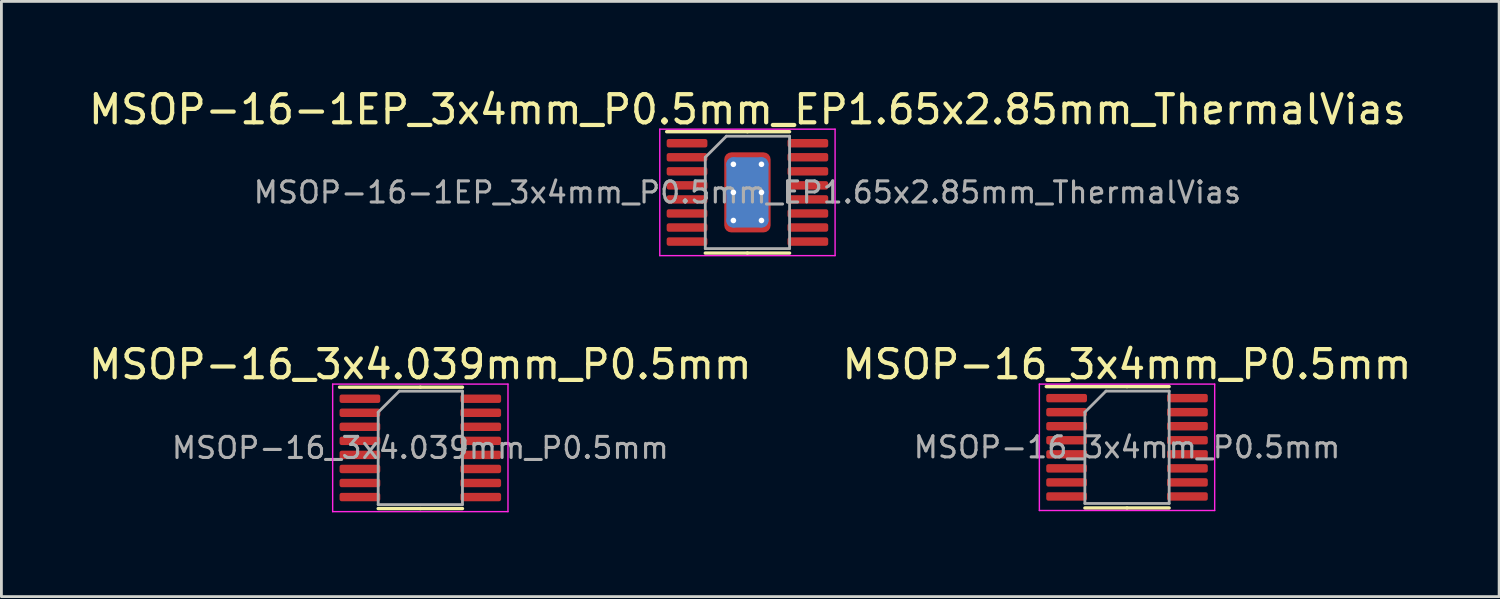
<source format=kicad_pcb>
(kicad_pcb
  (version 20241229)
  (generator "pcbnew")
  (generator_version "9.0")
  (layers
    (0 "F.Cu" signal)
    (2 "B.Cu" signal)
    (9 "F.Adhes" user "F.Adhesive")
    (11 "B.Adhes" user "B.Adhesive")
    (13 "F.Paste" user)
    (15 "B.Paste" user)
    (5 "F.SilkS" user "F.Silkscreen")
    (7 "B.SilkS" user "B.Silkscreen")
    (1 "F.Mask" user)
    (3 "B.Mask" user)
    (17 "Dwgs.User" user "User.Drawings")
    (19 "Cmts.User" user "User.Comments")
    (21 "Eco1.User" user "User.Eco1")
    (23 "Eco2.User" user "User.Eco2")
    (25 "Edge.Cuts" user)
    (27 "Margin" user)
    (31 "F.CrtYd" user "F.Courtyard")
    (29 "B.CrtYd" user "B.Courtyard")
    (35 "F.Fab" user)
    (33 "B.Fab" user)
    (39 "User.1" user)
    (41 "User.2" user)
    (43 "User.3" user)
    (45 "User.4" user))
  (footprint "MSOP-16_3x4mm_P0.5mm"
    (layer "F.Cu")
    (at 37.065 12.871)
    (property "Reference" "MSOP-16_3x4mm_P0.5mm" (at 0 -2.95 0) (layer "F.SilkS") (effects (font (size 1 1) (thickness 0.15))))
    (attr smd)
    (fp_line (start 0 -2.16) (end -2.875 -2.16) (stroke (width 0.12) (type solid)) (layer "F.SilkS"))
    (fp_line (start 0 -2.16) (end 1.5 -2.16) (stroke (width 0.12) (type solid)) (layer "F.SilkS"))
    (fp_line (start 0 2.16) (end -1.5 2.16) (stroke (width 0.12) (type solid)) (layer "F.SilkS"))
    (fp_line (start 0 2.16) (end 1.5 2.16) (stroke (width 0.12) (type solid)) (layer "F.SilkS"))
    (fp_line (start -3.12 -2.25) (end -3.12 2.25) (stroke (width 0.05) (type solid)) (layer "F.CrtYd"))
    (fp_line (start -3.12 2.25) (end 3.12 2.25) (stroke (width 0.05) (type solid)) (layer "F.CrtYd"))
    (fp_line (start 3.12 -2.25) (end -3.12 -2.25) (stroke (width 0.05) (type solid)) (layer "F.CrtYd"))
    (fp_line (start 3.12 2.25) (end 3.12 -2.25) (stroke (width 0.05) (type solid)) (layer "F.CrtYd"))
    (fp_line (start -1.5 -1.25) (end -0.75 -2) (stroke (width 0.1) (type solid)) (layer "F.Fab"))
    (fp_line (start -1.5 2) (end -1.5 -1.25) (stroke (width 0.1) (type solid)) (layer "F.Fab"))
    (fp_line (start -0.75 -2) (end 1.5 -2) (stroke (width 0.1) (type solid)) (layer "F.Fab"))
    (fp_line (start 1.5 -2) (end 1.5 2) (stroke (width 0.1) (type solid)) (layer "F.Fab"))
    (fp_line (start 1.5 2) (end -1.5 2) (stroke (width 0.1) (type solid)) (layer "F.Fab"))
    (fp_text user "${REFERENCE}" (at 0 0 0) (layer "F.Fab") (effects (font (size 0.75 0.75) (thickness 0.11))))
    (pad "1" smd roundrect (at -2.15 -1.75) (size 1.45 0.3) (layers "F.Cu" "F.Mask" "F.Paste") (roundrect_rratio 0.25))
    (pad "2" smd roundrect (at -2.15 -1.25) (size 1.45 0.3) (layers "F.Cu" "F.Mask" "F.Paste") (roundrect_rratio 0.25))
    (pad "3" smd roundrect (at -2.15 -0.75) (size 1.45 0.3) (layers "F.Cu" "F.Mask" "F.Paste") (roundrect_rratio 0.25))
    (pad "4" smd roundrect (at -2.15 -0.25) (size 1.45 0.3) (layers "F.Cu" "F.Mask" "F.Paste") (roundrect_rratio 0.25))
    (pad "5" smd roundrect (at -2.15 0.25) (size 1.45 0.3) (layers "F.Cu" "F.Mask" "F.Paste") (roundrect_rratio 0.25))
    (pad "6" smd roundrect (at -2.15 0.75) (size 1.45 0.3) (layers "F.Cu" "F.Mask" "F.Paste") (roundrect_rratio 0.25))
    (pad "7" smd roundrect (at -2.15 1.25) (size 1.45 0.3) (layers "F.Cu" "F.Mask" "F.Paste") (roundrect_rratio 0.25))
    (pad "8" smd roundrect (at -2.15 1.75) (size 1.45 0.3) (layers "F.Cu" "F.Mask" "F.Paste") (roundrect_rratio 0.25))
    (pad "9" smd roundrect (at 2.15 1.75) (size 1.45 0.3) (layers "F.Cu" "F.Mask" "F.Paste") (roundrect_rratio 0.25))
    (pad "10" smd roundrect (at 2.15 1.25) (size 1.45 0.3) (layers "F.Cu" "F.Mask" "F.Paste") (roundrect_rratio 0.25))
    (pad "11" smd roundrect (at 2.15 0.75) (size 1.45 0.3) (layers "F.Cu" "F.Mask" "F.Paste") (roundrect_rratio 0.25))
    (pad "12" smd roundrect (at 2.15 0.25) (size 1.45 0.3) (layers "F.Cu" "F.Mask" "F.Paste") (roundrect_rratio 0.25))
    (pad "13" smd roundrect (at 2.15 -0.25) (size 1.45 0.3) (layers "F.Cu" "F.Mask" "F.Paste") (roundrect_rratio 0.25))
    (pad "14" smd roundrect (at 2.15 -0.75) (size 1.45 0.3) (layers "F.Cu" "F.Mask" "F.Paste") (roundrect_rratio 0.25))
    (pad "15" smd roundrect (at 2.15 -1.25) (size 1.45 0.3) (layers "F.Cu" "F.Mask" "F.Paste") (roundrect_rratio 0.25))
    (pad "16" smd roundrect (at 2.15 -1.75) (size 1.45 0.3) (layers "F.Cu" "F.Mask" "F.Paste") (roundrect_rratio 0.25)))
  (footprint "MSOP-16_3x4.039mm_P0.5mm"
    (layer "F.Cu")
    (at 11.911 12.892)
    (property "Reference" "MSOP-16_3x4.039mm_P0.5mm" (at 0 -2.97 0) (layer "F.SilkS") (effects (font (size 1 1) (thickness 0.15))))
    (attr smd)
    (fp_line (start 0 -2.16) (end -2.875 -2.16) (stroke (width 0.12) (type solid)) (layer "F.SilkS"))
    (fp_line (start 0 -2.16) (end 1.5 -2.16) (stroke (width 0.12) (type solid)) (layer "F.SilkS"))
    (fp_line (start 0 2.16) (end -1.5 2.16) (stroke (width 0.12) (type solid)) (layer "F.SilkS"))
    (fp_line (start 0 2.16) (end 1.5 2.16) (stroke (width 0.12) (type solid)) (layer "F.SilkS"))
    (fp_line (start -3.12 -2.27) (end -3.12 2.27) (stroke (width 0.05) (type solid)) (layer "F.CrtYd"))
    (fp_line (start -3.12 2.27) (end 3.12 2.27) (stroke (width 0.05) (type solid)) (layer "F.CrtYd"))
    (fp_line (start 3.12 -2.27) (end -3.12 -2.27) (stroke (width 0.05) (type solid)) (layer "F.CrtYd"))
    (fp_line (start 3.12 2.27) (end 3.12 -2.27) (stroke (width 0.05) (type solid)) (layer "F.CrtYd"))
    (fp_line (start -1.5 -1.27) (end -0.75 -2.019) (stroke (width 0.1) (type solid)) (layer "F.Fab"))
    (fp_line (start -1.5 2.019) (end -1.5 -1.27) (stroke (width 0.1) (type solid)) (layer "F.Fab"))
    (fp_line (start -0.75 -2.019) (end 1.5 -2.019) (stroke (width 0.1) (type solid)) (layer "F.Fab"))
    (fp_line (start 1.5 -2.019) (end 1.5 2.019) (stroke (width 0.1) (type solid)) (layer "F.Fab"))
    (fp_line (start 1.5 2.019) (end -1.5 2.019) (stroke (width 0.1) (type solid)) (layer "F.Fab"))
    (fp_text user "${REFERENCE}" (at 0 0 0) (layer "F.Fab") (effects (font (size 0.75 0.75) (thickness 0.11))))
    (pad "1" smd roundrect (at -2.15 -1.75) (size 1.45 0.3) (layers "F.Cu" "F.Mask" "F.Paste") (roundrect_rratio 0.25))
    (pad "2" smd roundrect (at -2.15 -1.25) (size 1.45 0.3) (layers "F.Cu" "F.Mask" "F.Paste") (roundrect_rratio 0.25))
    (pad "3" smd roundrect (at -2.15 -0.75) (size 1.45 0.3) (layers "F.Cu" "F.Mask" "F.Paste") (roundrect_rratio 0.25))
    (pad "4" smd roundrect (at -2.15 -0.25) (size 1.45 0.3) (layers "F.Cu" "F.Mask" "F.Paste") (roundrect_rratio 0.25))
    (pad "5" smd roundrect (at -2.15 0.25) (size 1.45 0.3) (layers "F.Cu" "F.Mask" "F.Paste") (roundrect_rratio 0.25))
    (pad "6" smd roundrect (at -2.15 0.75) (size 1.45 0.3) (layers "F.Cu" "F.Mask" "F.Paste") (roundrect_rratio 0.25))
    (pad "7" smd roundrect (at -2.15 1.25) (size 1.45 0.3) (layers "F.Cu" "F.Mask" "F.Paste") (roundrect_rratio 0.25))
    (pad "8" smd roundrect (at -2.15 1.75) (size 1.45 0.3) (layers "F.Cu" "F.Mask" "F.Paste") (roundrect_rratio 0.25))
    (pad "9" smd roundrect (at 2.15 1.75) (size 1.45 0.3) (layers "F.Cu" "F.Mask" "F.Paste") (roundrect_rratio 0.25))
    (pad "10" smd roundrect (at 2.15 1.25) (size 1.45 0.3) (layers "F.Cu" "F.Mask" "F.Paste") (roundrect_rratio 0.25))
    (pad "11" smd roundrect (at 2.15 0.75) (size 1.45 0.3) (layers "F.Cu" "F.Mask" "F.Paste") (roundrect_rratio 0.25))
    (pad "12" smd roundrect (at 2.15 0.25) (size 1.45 0.3) (layers "F.Cu" "F.Mask" "F.Paste") (roundrect_rratio 0.25))
    (pad "13" smd roundrect (at 2.15 -0.25) (size 1.45 0.3) (layers "F.Cu" "F.Mask" "F.Paste") (roundrect_rratio 0.25))
    (pad "14" smd roundrect (at 2.15 -0.75) (size 1.45 0.3) (layers "F.Cu" "F.Mask" "F.Paste") (roundrect_rratio 0.25))
    (pad "15" smd roundrect (at 2.15 -1.25) (size 1.45 0.3) (layers "F.Cu" "F.Mask" "F.Paste") (roundrect_rratio 0.25))
    (pad "16" smd roundrect (at 2.15 -1.75) (size 1.45 0.3) (layers "F.Cu" "F.Mask" "F.Paste") (roundrect_rratio 0.25)))
  (footprint "MSOP-16-1EP_3x4mm_P0.5mm_EP1.65x2.85mm_ThermalVias"
    (layer "F.Cu")
    (at 23.554 3.798)
    (property "Reference" "MSOP-16-1EP_3x4mm_P0.5mm_EP1.65x2.85mm_ThermalVias" (at 0 -2.95 0) (layer "F.SilkS") (effects (font (size 1 1) (thickness 0.15))))
    (attr smd)
    (fp_line (start 0 -2.16) (end -2.875 -2.16) (stroke (width 0.12) (type solid)) (layer "F.SilkS"))
    (fp_line (start 0 -2.16) (end 1.5 -2.16) (stroke (width 0.12) (type solid)) (layer "F.SilkS"))
    (fp_line (start 0 2.16) (end -1.5 2.16) (stroke (width 0.12) (type solid)) (layer "F.SilkS"))
    (fp_line (start 0 2.16) (end 1.5 2.16) (stroke (width 0.12) (type solid)) (layer "F.SilkS"))
    (fp_line (start -3.12 -2.25) (end -3.12 2.25) (stroke (width 0.05) (type solid)) (layer "F.CrtYd"))
    (fp_line (start -3.12 2.25) (end 3.12 2.25) (stroke (width 0.05) (type solid)) (layer "F.CrtYd"))
    (fp_line (start 3.12 -2.25) (end -3.12 -2.25) (stroke (width 0.05) (type solid)) (layer "F.CrtYd"))
    (fp_line (start 3.12 2.25) (end 3.12 -2.25) (stroke (width 0.05) (type solid)) (layer "F.CrtYd"))
    (fp_line (start -1.5 -1.25) (end -0.75 -2) (stroke (width 0.1) (type solid)) (layer "F.Fab"))
    (fp_line (start -1.5 2) (end -1.5 -1.25) (stroke (width 0.1) (type solid)) (layer "F.Fab"))
    (fp_line (start -0.75 -2) (end 1.5 -2) (stroke (width 0.1) (type solid)) (layer "F.Fab"))
    (fp_line (start 1.5 -2) (end 1.5 2) (stroke (width 0.1) (type solid)) (layer "F.Fab"))
    (fp_line (start 1.5 2) (end -1.5 2) (stroke (width 0.1) (type solid)) (layer "F.Fab"))
    (fp_text user "${REFERENCE}" (at 0 0 0) (layer "F.Fab") (effects (font (size 0.75 0.75) (thickness 0.11))))
    (pad "" smd roundrect (at -0.41 -0.71) (size 0.69 1.19) (layers "F.Paste") (roundrect_rratio 0.25))
    (pad "" smd roundrect (at -0.41 0.71) (size 0.69 1.19) (layers "F.Paste") (roundrect_rratio 0.25))
    (pad "" smd roundrect (at 0.41 -0.71) (size 0.69 1.19) (layers "F.Paste") (roundrect_rratio 0.25))
    (pad "" smd roundrect (at 0.41 0.71) (size 0.69 1.19) (layers "F.Paste") (roundrect_rratio 0.25))
    (pad "1" smd roundrect (at -2.15 -1.75) (size 1.45 0.3) (layers "F.Cu" "F.Mask" "F.Paste") (roundrect_rratio 0.25))
    (pad "2" smd roundrect (at -2.15 -1.25) (size 1.45 0.3) (layers "F.Cu" "F.Mask" "F.Paste") (roundrect_rratio 0.25))
    (pad "3" smd roundrect (at -2.15 -0.75) (size 1.45 0.3) (layers "F.Cu" "F.Mask" "F.Paste") (roundrect_rratio 0.25))
    (pad "4" smd roundrect (at -2.15 -0.25) (size 1.45 0.3) (layers "F.Cu" "F.Mask" "F.Paste") (roundrect_rratio 0.25))
    (pad "5" smd roundrect (at -2.15 0.25) (size 1.45 0.3) (layers "F.Cu" "F.Mask" "F.Paste") (roundrect_rratio 0.25))
    (pad "6" smd roundrect (at -2.15 0.75) (size 1.45 0.3) (layers "F.Cu" "F.Mask" "F.Paste") (roundrect_rratio 0.25))
    (pad "7" smd roundrect (at -2.15 1.25) (size 1.45 0.3) (layers "F.Cu" "F.Mask" "F.Paste") (roundrect_rratio 0.25))
    (pad "8" smd roundrect (at -2.15 1.75) (size 1.45 0.3) (layers "F.Cu" "F.Mask" "F.Paste") (roundrect_rratio 0.25))
    (pad "9" smd roundrect (at 2.15 1.75) (size 1.45 0.3) (layers "F.Cu" "F.Mask" "F.Paste") (roundrect_rratio 0.25))
    (pad "10" smd roundrect (at 2.15 1.25) (size 1.45 0.3) (layers "F.Cu" "F.Mask" "F.Paste") (roundrect_rratio 0.25))
    (pad "11" smd roundrect (at 2.15 0.75) (size 1.45 0.3) (layers "F.Cu" "F.Mask" "F.Paste") (roundrect_rratio 0.25))
    (pad "12" smd roundrect (at 2.15 0.25) (size 1.45 0.3) (layers "F.Cu" "F.Mask" "F.Paste") (roundrect_rratio 0.25))
    (pad "13" smd roundrect (at 2.15 -0.25) (size 1.45 0.3) (layers "F.Cu" "F.Mask" "F.Paste") (roundrect_rratio 0.25))
    (pad "14" smd roundrect (at 2.15 -0.75) (size 1.45 0.3) (layers "F.Cu" "F.Mask" "F.Paste") (roundrect_rratio 0.25))
    (pad "15" smd roundrect (at 2.15 -1.25) (size 1.45 0.3) (layers "F.Cu" "F.Mask" "F.Paste") (roundrect_rratio 0.25))
    (pad "16" smd roundrect (at 2.15 -1.75) (size 1.45 0.3) (layers "F.Cu" "F.Mask" "F.Paste") (roundrect_rratio 0.25))
    (pad "17" thru_hole circle (at -0.5 -1) (size 0.5 0.5) (drill 0.2) (layers "*.Cu"))
    (pad "17" thru_hole circle (at -0.5 0) (size 0.5 0.5) (drill 0.2) (layers "*.Cu"))
    (pad "17" thru_hole circle (at -0.5 1) (size 0.5 0.5) (drill 0.2) (layers "*.Cu"))
    (pad "17" smd roundrect (at 0 0) (size 1.5 2.5) (layers "B.Cu") (roundrect_rratio 0.167))
    (pad "17" smd roundrect (at 0 0) (size 1.65 2.85) (layers "F.Cu" "F.Mask") (roundrect_rratio 0.152))
    (pad "17" thru_hole circle (at 0.5 -1) (size 0.5 0.5) (drill 0.2) (layers "*.Cu"))
    (pad "17" thru_hole circle (at 0.5 0) (size 0.5 0.5) (drill 0.2) (layers "*.Cu"))
    (pad "17" thru_hole circle (at 0.5 1) (size 0.5 0.5) (drill 0.2) (layers "*.Cu")))
  (gr_rect
    (start -3 -3)
    (end 50.31 18.186)
    (stroke (width 0.1) (type default))
    (fill no)
    (layer "Edge.Cuts")))
</source>
